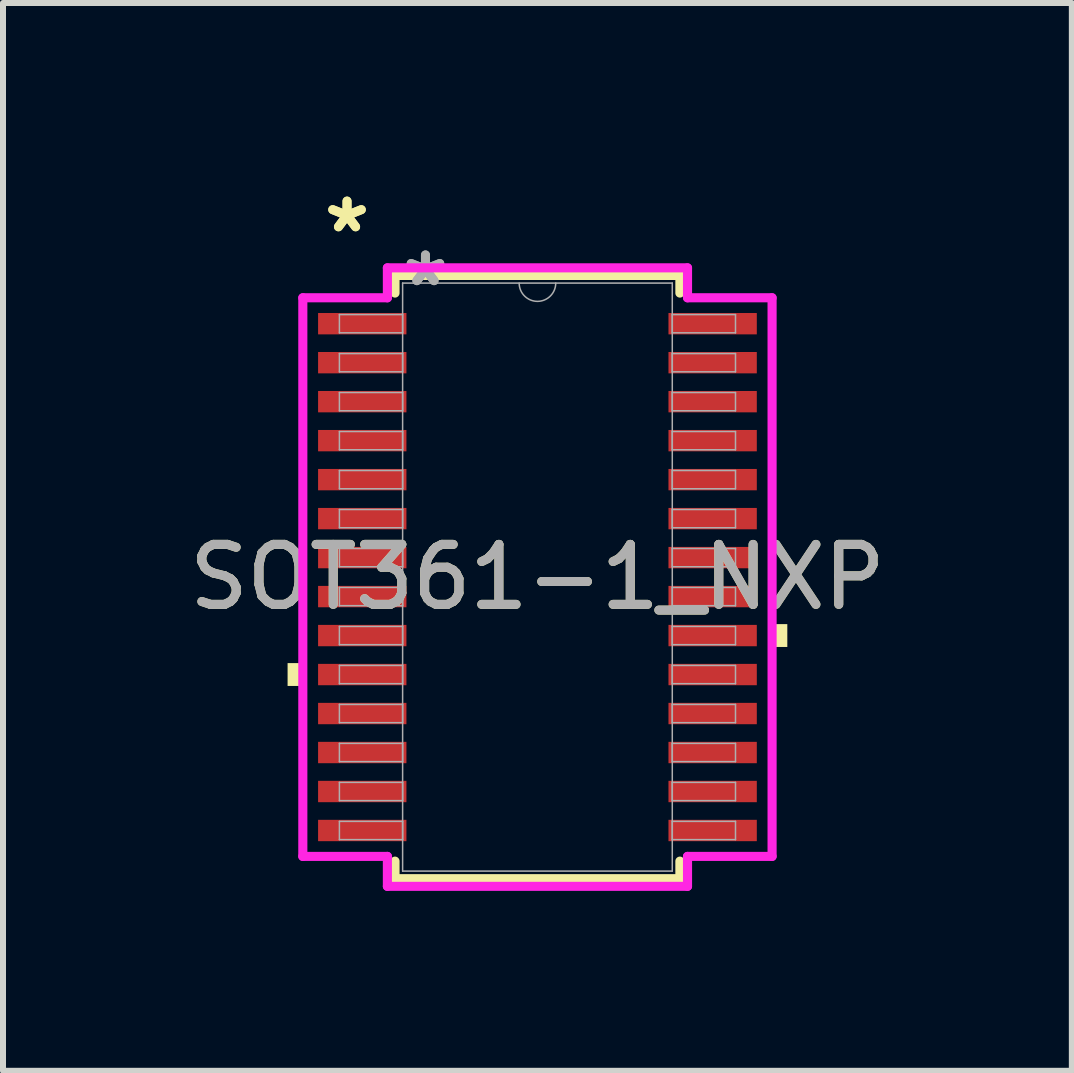
<source format=kicad_pcb>
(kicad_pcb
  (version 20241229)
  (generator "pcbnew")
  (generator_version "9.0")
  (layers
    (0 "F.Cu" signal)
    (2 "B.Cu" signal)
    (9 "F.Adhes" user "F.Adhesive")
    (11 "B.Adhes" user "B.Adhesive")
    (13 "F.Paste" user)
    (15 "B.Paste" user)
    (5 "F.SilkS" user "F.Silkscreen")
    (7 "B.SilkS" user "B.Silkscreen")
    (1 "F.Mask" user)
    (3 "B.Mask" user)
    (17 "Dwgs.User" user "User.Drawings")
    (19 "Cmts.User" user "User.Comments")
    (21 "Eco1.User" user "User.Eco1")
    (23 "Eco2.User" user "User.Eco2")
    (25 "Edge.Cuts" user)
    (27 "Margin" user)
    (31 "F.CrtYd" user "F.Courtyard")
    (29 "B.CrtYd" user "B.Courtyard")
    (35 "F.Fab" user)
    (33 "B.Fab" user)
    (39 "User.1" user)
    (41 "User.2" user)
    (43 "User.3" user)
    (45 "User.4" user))
  (footprint "SOT361-1_NXP"
    (layer "F.Cu")
    (at 5.911 6.572)
    (property "Reference" "SOT361-1_NXP" (at 0 0 0) (unlocked yes) (layer "F.SilkS") (effects (font (size 1 1) (thickness 0.15))))
    (attr smd)
    (fp_line (start -2.375 -5.029) (end -2.375 -4.736) (stroke (width 0.152) (type solid)) (layer "F.SilkS"))
    (fp_line (start -2.375 4.736) (end -2.375 5.029) (stroke (width 0.152) (type solid)) (layer "F.SilkS"))
    (fp_line (start -2.375 5.029) (end 2.375 5.029) (stroke (width 0.152) (type solid)) (layer "F.SilkS"))
    (fp_line (start 2.375 -5.029) (end -2.375 -5.029) (stroke (width 0.152) (type solid)) (layer "F.SilkS"))
    (fp_line (start 2.375 -4.736) (end 2.375 -5.029) (stroke (width 0.152) (type solid)) (layer "F.SilkS"))
    (fp_line (start 2.375 5.029) (end 2.375 4.736) (stroke (width 0.152) (type solid)) (layer "F.SilkS"))
    (fp_poly (pts (xy -4.166 1.434) (xy -4.166 1.815) (xy -3.912 1.815) (xy -3.912 1.434)) (stroke (width 0) (type solid)) (fill yes) (layer "F.SilkS"))
    (fp_poly (pts (xy 4.166 0.784) (xy 4.166 1.165) (xy 3.912 1.165) (xy 3.912 0.784)) (stroke (width 0) (type solid)) (fill yes) (layer "F.SilkS"))
    (fp_line (start -3.912 -4.657) (end -2.502 -4.657) (stroke (width 0.152) (type solid)) (layer "F.CrtYd"))
    (fp_line (start -3.912 4.657) (end -3.912 -4.657) (stroke (width 0.152) (type solid)) (layer "F.CrtYd"))
    (fp_line (start -3.912 4.657) (end -2.502 4.657) (stroke (width 0.152) (type solid)) (layer "F.CrtYd"))
    (fp_line (start -2.502 -5.156) (end 2.502 -5.156) (stroke (width 0.152) (type solid)) (layer "F.CrtYd"))
    (fp_line (start -2.502 -4.657) (end -2.502 -5.156) (stroke (width 0.152) (type solid)) (layer "F.CrtYd"))
    (fp_line (start -2.502 5.156) (end -2.502 4.657) (stroke (width 0.152) (type solid)) (layer "F.CrtYd"))
    (fp_line (start 2.502 -5.156) (end 2.502 -4.657) (stroke (width 0.152) (type solid)) (layer "F.CrtYd"))
    (fp_line (start 2.502 4.657) (end 2.502 5.156) (stroke (width 0.152) (type solid)) (layer "F.CrtYd"))
    (fp_line (start 2.502 5.156) (end -2.502 5.156) (stroke (width 0.152) (type solid)) (layer "F.CrtYd"))
    (fp_line (start 3.912 -4.657) (end 2.502 -4.657) (stroke (width 0.152) (type solid)) (layer "F.CrtYd"))
    (fp_line (start 3.912 -4.657) (end 3.912 4.657) (stroke (width 0.152) (type solid)) (layer "F.CrtYd"))
    (fp_line (start 3.912 4.657) (end 2.502 4.657) (stroke (width 0.152) (type solid)) (layer "F.CrtYd"))
    (fp_line (start -3.302 -4.377) (end -3.302 -4.073) (stroke (width 0.025) (type solid)) (layer "F.Fab"))
    (fp_line (start -3.302 -4.073) (end -2.248 -4.073) (stroke (width 0.025) (type solid)) (layer "F.Fab"))
    (fp_line (start -3.302 -3.727) (end -3.302 -3.423) (stroke (width 0.025) (type solid)) (layer "F.Fab"))
    (fp_line (start -3.302 -3.423) (end -2.248 -3.423) (stroke (width 0.025) (type solid)) (layer "F.Fab"))
    (fp_line (start -3.302 -3.077) (end -3.302 -2.773) (stroke (width 0.025) (type solid)) (layer "F.Fab"))
    (fp_line (start -3.302 -2.773) (end -2.248 -2.773) (stroke (width 0.025) (type solid)) (layer "F.Fab"))
    (fp_line (start -3.302 -2.427) (end -3.302 -2.123) (stroke (width 0.025) (type solid)) (layer "F.Fab"))
    (fp_line (start -3.302 -2.123) (end -2.248 -2.123) (stroke (width 0.025) (type solid)) (layer "F.Fab"))
    (fp_line (start -3.302 -1.777) (end -3.302 -1.473) (stroke (width 0.025) (type solid)) (layer "F.Fab"))
    (fp_line (start -3.302 -1.473) (end -2.248 -1.473) (stroke (width 0.025) (type solid)) (layer "F.Fab"))
    (fp_line (start -3.302 -1.127) (end -3.302 -0.823) (stroke (width 0.025) (type solid)) (layer "F.Fab"))
    (fp_line (start -3.302 -0.823) (end -2.248 -0.823) (stroke (width 0.025) (type solid)) (layer "F.Fab"))
    (fp_line (start -3.302 -0.477) (end -3.302 -0.173) (stroke (width 0.025) (type solid)) (layer "F.Fab"))
    (fp_line (start -3.302 -0.173) (end -2.248 -0.173) (stroke (width 0.025) (type solid)) (layer "F.Fab"))
    (fp_line (start -3.302 0.173) (end -3.302 0.477) (stroke (width 0.025) (type solid)) (layer "F.Fab"))
    (fp_line (start -3.302 0.477) (end -2.248 0.477) (stroke (width 0.025) (type solid)) (layer "F.Fab"))
    (fp_line (start -3.302 0.823) (end -3.302 1.127) (stroke (width 0.025) (type solid)) (layer "F.Fab"))
    (fp_line (start -3.302 1.127) (end -2.248 1.127) (stroke (width 0.025) (type solid)) (layer "F.Fab"))
    (fp_line (start -3.302 1.473) (end -3.302 1.777) (stroke (width 0.025) (type solid)) (layer "F.Fab"))
    (fp_line (start -3.302 1.777) (end -2.248 1.777) (stroke (width 0.025) (type solid)) (layer "F.Fab"))
    (fp_line (start -3.302 2.123) (end -3.302 2.427) (stroke (width 0.025) (type solid)) (layer "F.Fab"))
    (fp_line (start -3.302 2.427) (end -2.248 2.427) (stroke (width 0.025) (type solid)) (layer "F.Fab"))
    (fp_line (start -3.302 2.773) (end -3.302 3.077) (stroke (width 0.025) (type solid)) (layer "F.Fab"))
    (fp_line (start -3.302 3.077) (end -2.248 3.077) (stroke (width 0.025) (type solid)) (layer "F.Fab"))
    (fp_line (start -3.302 3.423) (end -3.302 3.727) (stroke (width 0.025) (type solid)) (layer "F.Fab"))
    (fp_line (start -3.302 3.727) (end -2.248 3.727) (stroke (width 0.025) (type solid)) (layer "F.Fab"))
    (fp_line (start -3.302 4.073) (end -3.302 4.377) (stroke (width 0.025) (type solid)) (layer "F.Fab"))
    (fp_line (start -3.302 4.377) (end -2.248 4.377) (stroke (width 0.025) (type solid)) (layer "F.Fab"))
    (fp_line (start -2.248 -4.902) (end -2.248 4.902) (stroke (width 0.025) (type solid)) (layer "F.Fab"))
    (fp_line (start -2.248 -4.377) (end -3.302 -4.377) (stroke (width 0.025) (type solid)) (layer "F.Fab"))
    (fp_line (start -2.248 -4.073) (end -2.248 -4.377) (stroke (width 0.025) (type solid)) (layer "F.Fab"))
    (fp_line (start -2.248 -3.727) (end -3.302 -3.727) (stroke (width 0.025) (type solid)) (layer "F.Fab"))
    (fp_line (start -2.248 -3.423) (end -2.248 -3.727) (stroke (width 0.025) (type solid)) (layer "F.Fab"))
    (fp_line (start -2.248 -3.077) (end -3.302 -3.077) (stroke (width 0.025) (type solid)) (layer "F.Fab"))
    (fp_line (start -2.248 -2.773) (end -2.248 -3.077) (stroke (width 0.025) (type solid)) (layer "F.Fab"))
    (fp_line (start -2.248 -2.427) (end -3.302 -2.427) (stroke (width 0.025) (type solid)) (layer "F.Fab"))
    (fp_line (start -2.248 -2.123) (end -2.248 -2.427) (stroke (width 0.025) (type solid)) (layer "F.Fab"))
    (fp_line (start -2.248 -1.777) (end -3.302 -1.777) (stroke (width 0.025) (type solid)) (layer "F.Fab"))
    (fp_line (start -2.248 -1.473) (end -2.248 -1.777) (stroke (width 0.025) (type solid)) (layer "F.Fab"))
    (fp_line (start -2.248 -1.127) (end -3.302 -1.127) (stroke (width 0.025) (type solid)) (layer "F.Fab"))
    (fp_line (start -2.248 -0.823) (end -2.248 -1.127) (stroke (width 0.025) (type solid)) (layer "F.Fab"))
    (fp_line (start -2.248 -0.477) (end -3.302 -0.477) (stroke (width 0.025) (type solid)) (layer "F.Fab"))
    (fp_line (start -2.248 -0.173) (end -2.248 -0.477) (stroke (width 0.025) (type solid)) (layer "F.Fab"))
    (fp_line (start -2.248 0.173) (end -3.302 0.173) (stroke (width 0.025) (type solid)) (layer "F.Fab"))
    (fp_line (start -2.248 0.477) (end -2.248 0.173) (stroke (width 0.025) (type solid)) (layer "F.Fab"))
    (fp_line (start -2.248 0.823) (end -3.302 0.823) (stroke (width 0.025) (type solid)) (layer "F.Fab"))
    (fp_line (start -2.248 1.127) (end -2.248 0.823) (stroke (width 0.025) (type solid)) (layer "F.Fab"))
    (fp_line (start -2.248 1.473) (end -3.302 1.473) (stroke (width 0.025) (type solid)) (layer "F.Fab"))
    (fp_line (start -2.248 1.777) (end -2.248 1.473) (stroke (width 0.025) (type solid)) (layer "F.Fab"))
    (fp_line (start -2.248 2.123) (end -3.302 2.123) (stroke (width 0.025) (type solid)) (layer "F.Fab"))
    (fp_line (start -2.248 2.427) (end -2.248 2.123) (stroke (width 0.025) (type solid)) (layer "F.Fab"))
    (fp_line (start -2.248 2.773) (end -3.302 2.773) (stroke (width 0.025) (type solid)) (layer "F.Fab"))
    (fp_line (start -2.248 3.077) (end -2.248 2.773) (stroke (width 0.025) (type solid)) (layer "F.Fab"))
    (fp_line (start -2.248 3.423) (end -3.302 3.423) (stroke (width 0.025) (type solid)) (layer "F.Fab"))
    (fp_line (start -2.248 3.727) (end -2.248 3.423) (stroke (width 0.025) (type solid)) (layer "F.Fab"))
    (fp_line (start -2.248 4.073) (end -3.302 4.073) (stroke (width 0.025) (type solid)) (layer "F.Fab"))
    (fp_line (start -2.248 4.377) (end -2.248 4.073) (stroke (width 0.025) (type solid)) (layer "F.Fab"))
    (fp_line (start -2.248 4.902) (end 2.248 4.902) (stroke (width 0.025) (type solid)) (layer "F.Fab"))
    (fp_line (start 2.248 -4.902) (end -2.248 -4.902) (stroke (width 0.025) (type solid)) (layer "F.Fab"))
    (fp_line (start 2.248 -4.377) (end 2.248 -4.073) (stroke (width 0.025) (type solid)) (layer "F.Fab"))
    (fp_line (start 2.248 -4.073) (end 3.302 -4.073) (stroke (width 0.025) (type solid)) (layer "F.Fab"))
    (fp_line (start 2.248 -3.727) (end 2.248 -3.423) (stroke (width 0.025) (type solid)) (layer "F.Fab"))
    (fp_line (start 2.248 -3.423) (end 3.302 -3.423) (stroke (width 0.025) (type solid)) (layer "F.Fab"))
    (fp_line (start 2.248 -3.077) (end 2.248 -2.773) (stroke (width 0.025) (type solid)) (layer "F.Fab"))
    (fp_line (start 2.248 -2.773) (end 3.302 -2.773) (stroke (width 0.025) (type solid)) (layer "F.Fab"))
    (fp_line (start 2.248 -2.427) (end 2.248 -2.123) (stroke (width 0.025) (type solid)) (layer "F.Fab"))
    (fp_line (start 2.248 -2.123) (end 3.302 -2.123) (stroke (width 0.025) (type solid)) (layer "F.Fab"))
    (fp_line (start 2.248 -1.777) (end 2.248 -1.473) (stroke (width 0.025) (type solid)) (layer "F.Fab"))
    (fp_line (start 2.248 -1.473) (end 3.302 -1.473) (stroke (width 0.025) (type solid)) (layer "F.Fab"))
    (fp_line (start 2.248 -1.127) (end 2.248 -0.823) (stroke (width 0.025) (type solid)) (layer "F.Fab"))
    (fp_line (start 2.248 -0.823) (end 3.302 -0.823) (stroke (width 0.025) (type solid)) (layer "F.Fab"))
    (fp_line (start 2.248 -0.477) (end 2.248 -0.173) (stroke (width 0.025) (type solid)) (layer "F.Fab"))
    (fp_line (start 2.248 -0.173) (end 3.302 -0.173) (stroke (width 0.025) (type solid)) (layer "F.Fab"))
    (fp_line (start 2.248 0.173) (end 2.248 0.477) (stroke (width 0.025) (type solid)) (layer "F.Fab"))
    (fp_line (start 2.248 0.477) (end 3.302 0.477) (stroke (width 0.025) (type solid)) (layer "F.Fab"))
    (fp_line (start 2.248 0.823) (end 2.248 1.127) (stroke (width 0.025) (type solid)) (layer "F.Fab"))
    (fp_line (start 2.248 1.127) (end 3.302 1.127) (stroke (width 0.025) (type solid)) (layer "F.Fab"))
    (fp_line (start 2.248 1.473) (end 2.248 1.777) (stroke (width 0.025) (type solid)) (layer "F.Fab"))
    (fp_line (start 2.248 1.777) (end 3.302 1.777) (stroke (width 0.025) (type solid)) (layer "F.Fab"))
    (fp_line (start 2.248 2.123) (end 2.248 2.427) (stroke (width 0.025) (type solid)) (layer "F.Fab"))
    (fp_line (start 2.248 2.427) (end 3.302 2.427) (stroke (width 0.025) (type solid)) (layer "F.Fab"))
    (fp_line (start 2.248 2.773) (end 2.248 3.077) (stroke (width 0.025) (type solid)) (layer "F.Fab"))
    (fp_line (start 2.248 3.077) (end 3.302 3.077) (stroke (width 0.025) (type solid)) (layer "F.Fab"))
    (fp_line (start 2.248 3.423) (end 2.248 3.727) (stroke (width 0.025) (type solid)) (layer "F.Fab"))
    (fp_line (start 2.248 3.727) (end 3.302 3.727) (stroke (width 0.025) (type solid)) (layer "F.Fab"))
    (fp_line (start 2.248 4.073) (end 2.248 4.377) (stroke (width 0.025) (type solid)) (layer "F.Fab"))
    (fp_line (start 2.248 4.377) (end 3.302 4.377) (stroke (width 0.025) (type solid)) (layer "F.Fab"))
    (fp_line (start 2.248 4.902) (end 2.248 -4.902) (stroke (width 0.025) (type solid)) (layer "F.Fab"))
    (fp_line (start 3.302 -4.377) (end 2.248 -4.377) (stroke (width 0.025) (type solid)) (layer "F.Fab"))
    (fp_line (start 3.302 -4.073) (end 3.302 -4.377) (stroke (width 0.025) (type solid)) (layer "F.Fab"))
    (fp_line (start 3.302 -3.727) (end 2.248 -3.727) (stroke (width 0.025) (type solid)) (layer "F.Fab"))
    (fp_line (start 3.302 -3.423) (end 3.302 -3.727) (stroke (width 0.025) (type solid)) (layer "F.Fab"))
    (fp_line (start 3.302 -3.077) (end 2.248 -3.077) (stroke (width 0.025) (type solid)) (layer "F.Fab"))
    (fp_line (start 3.302 -2.773) (end 3.302 -3.077) (stroke (width 0.025) (type solid)) (layer "F.Fab"))
    (fp_line (start 3.302 -2.427) (end 2.248 -2.427) (stroke (width 0.025) (type solid)) (layer "F.Fab"))
    (fp_line (start 3.302 -2.123) (end 3.302 -2.427) (stroke (width 0.025) (type solid)) (layer "F.Fab"))
    (fp_line (start 3.302 -1.777) (end 2.248 -1.777) (stroke (width 0.025) (type solid)) (layer "F.Fab"))
    (fp_line (start 3.302 -1.473) (end 3.302 -1.777) (stroke (width 0.025) (type solid)) (layer "F.Fab"))
    (fp_line (start 3.302 -1.127) (end 2.248 -1.127) (stroke (width 0.025) (type solid)) (layer "F.Fab"))
    (fp_line (start 3.302 -0.823) (end 3.302 -1.127) (stroke (width 0.025) (type solid)) (layer "F.Fab"))
    (fp_line (start 3.302 -0.477) (end 2.248 -0.477) (stroke (width 0.025) (type solid)) (layer "F.Fab"))
    (fp_line (start 3.302 -0.173) (end 3.302 -0.477) (stroke (width 0.025) (type solid)) (layer "F.Fab"))
    (fp_line (start 3.302 0.173) (end 2.248 0.173) (stroke (width 0.025) (type solid)) (layer "F.Fab"))
    (fp_line (start 3.302 0.477) (end 3.302 0.173) (stroke (width 0.025) (type solid)) (layer "F.Fab"))
    (fp_line (start 3.302 0.823) (end 2.248 0.823) (stroke (width 0.025) (type solid)) (layer "F.Fab"))
    (fp_line (start 3.302 1.127) (end 3.302 0.823) (stroke (width 0.025) (type solid)) (layer "F.Fab"))
    (fp_line (start 3.302 1.473) (end 2.248 1.473) (stroke (width 0.025) (type solid)) (layer "F.Fab"))
    (fp_line (start 3.302 1.777) (end 3.302 1.473) (stroke (width 0.025) (type solid)) (layer "F.Fab"))
    (fp_line (start 3.302 2.123) (end 2.248 2.123) (stroke (width 0.025) (type solid)) (layer "F.Fab"))
    (fp_line (start 3.302 2.427) (end 3.302 2.123) (stroke (width 0.025) (type solid)) (layer "F.Fab"))
    (fp_line (start 3.302 2.773) (end 2.248 2.773) (stroke (width 0.025) (type solid)) (layer "F.Fab"))
    (fp_line (start 3.302 3.077) (end 3.302 2.773) (stroke (width 0.025) (type solid)) (layer "F.Fab"))
    (fp_line (start 3.302 3.423) (end 2.248 3.423) (stroke (width 0.025) (type solid)) (layer "F.Fab"))
    (fp_line (start 3.302 3.727) (end 3.302 3.423) (stroke (width 0.025) (type solid)) (layer "F.Fab"))
    (fp_line (start 3.302 4.073) (end 2.248 4.073) (stroke (width 0.025) (type solid)) (layer "F.Fab"))
    (fp_line (start 3.302 4.377) (end 3.302 4.073) (stroke (width 0.025) (type solid)) (layer "F.Fab"))
    (fp_arc (start 0.3048 -4.9022) (mid 0 -4.5974) (end -0.3048 -4.9022) (stroke (width 0.0254) (type solid)) (layer "F.Fab"))
    (fp_text user "*" (at -3.175 -5.724 0) (layer "F.SilkS") (effects (font (size 1 1) (thickness 0.15))))
    (fp_text user "*" (at -3.175 -5.724 0) (unlocked yes) (layer "F.SilkS") (effects (font (size 1 1) (thickness 0.15))))
    (fp_text user "${REFERENCE}" (at 0 0 0) (unlocked yes) (layer "F.Fab") (effects (font (size 1 1) (thickness 0.15))))
    (fp_text user "*" (at -1.867 -4.826 0) (unlocked yes) (layer "F.Fab") (effects (font (size 1 1) (thickness 0.15))))
    (fp_text user "*" (at -1.867 -4.826 0) (layer "F.Fab") (effects (font (size 1 1) (thickness 0.15))))
    (pad "1" smd rect (at -2.921 -4.225) (size 1.473 0.356) (layers "F.Cu" "F.Mask" "F.Paste"))
    (pad "2" smd rect (at -2.921 -3.575) (size 1.473 0.356) (layers "F.Cu" "F.Mask" "F.Paste"))
    (pad "3" smd rect (at -2.921 -2.925) (size 1.473 0.356) (layers "F.Cu" "F.Mask" "F.Paste"))
    (pad "4" smd rect (at -2.921 -2.275) (size 1.473 0.356) (layers "F.Cu" "F.Mask" "F.Paste"))
    (pad "5" smd rect (at -2.921 -1.625) (size 1.473 0.356) (layers "F.Cu" "F.Mask" "F.Paste"))
    (pad "6" smd rect (at -2.921 -0.975) (size 1.473 0.356) (layers "F.Cu" "F.Mask" "F.Paste"))
    (pad "7" smd rect (at -2.921 -0.325) (size 1.473 0.356) (layers "F.Cu" "F.Mask" "F.Paste"))
    (pad "8" smd rect (at -2.921 0.325) (size 1.473 0.356) (layers "F.Cu" "F.Mask" "F.Paste"))
    (pad "9" smd rect (at -2.921 0.975) (size 1.473 0.356) (layers "F.Cu" "F.Mask" "F.Paste"))
    (pad "10" smd rect (at -2.921 1.625) (size 1.473 0.356) (layers "F.Cu" "F.Mask" "F.Paste"))
    (pad "11" smd rect (at -2.921 2.275) (size 1.473 0.356) (layers "F.Cu" "F.Mask" "F.Paste"))
    (pad "12" smd rect (at -2.921 2.925) (size 1.473 0.356) (layers "F.Cu" "F.Mask" "F.Paste"))
    (pad "13" smd rect (at -2.921 3.575) (size 1.473 0.356) (layers "F.Cu" "F.Mask" "F.Paste"))
    (pad "14" smd rect (at -2.921 4.225) (size 1.473 0.356) (layers "F.Cu" "F.Mask" "F.Paste"))
    (pad "15" smd rect (at 2.921 4.225) (size 1.473 0.356) (layers "F.Cu" "F.Mask" "F.Paste"))
    (pad "16" smd rect (at 2.921 3.575) (size 1.473 0.356) (layers "F.Cu" "F.Mask" "F.Paste"))
    (pad "17" smd rect (at 2.921 2.925) (size 1.473 0.356) (layers "F.Cu" "F.Mask" "F.Paste"))
    (pad "18" smd rect (at 2.921 2.275) (size 1.473 0.356) (layers "F.Cu" "F.Mask" "F.Paste"))
    (pad "19" smd rect (at 2.921 1.625) (size 1.473 0.356) (layers "F.Cu" "F.Mask" "F.Paste"))
    (pad "20" smd rect (at 2.921 0.975) (size 1.473 0.356) (layers "F.Cu" "F.Mask" "F.Paste"))
    (pad "21" smd rect (at 2.921 0.325) (size 1.473 0.356) (layers "F.Cu" "F.Mask" "F.Paste"))
    (pad "22" smd rect (at 2.921 -0.325) (size 1.473 0.356) (layers "F.Cu" "F.Mask" "F.Paste"))
    (pad "23" smd rect (at 2.921 -0.975) (size 1.473 0.356) (layers "F.Cu" "F.Mask" "F.Paste"))
    (pad "24" smd rect (at 2.921 -1.625) (size 1.473 0.356) (layers "F.Cu" "F.Mask" "F.Paste"))
    (pad "25" smd rect (at 2.921 -2.275) (size 1.473 0.356) (layers "F.Cu" "F.Mask" "F.Paste"))
    (pad "26" smd rect (at 2.921 -2.925) (size 1.473 0.356) (layers "F.Cu" "F.Mask" "F.Paste"))
    (pad "27" smd rect (at 2.921 -3.575) (size 1.473 0.356) (layers "F.Cu" "F.Mask" "F.Paste"))
    (pad "28" smd rect (at 2.921 -4.225) (size 1.473 0.356) (layers "F.Cu" "F.Mask" "F.Paste")))
  (gr_rect
    (start -3 -3)
    (end 14.821 14.804)
    (stroke (width 0.1) (type default))
    (fill no)
    (layer "Edge.Cuts")))
</source>
